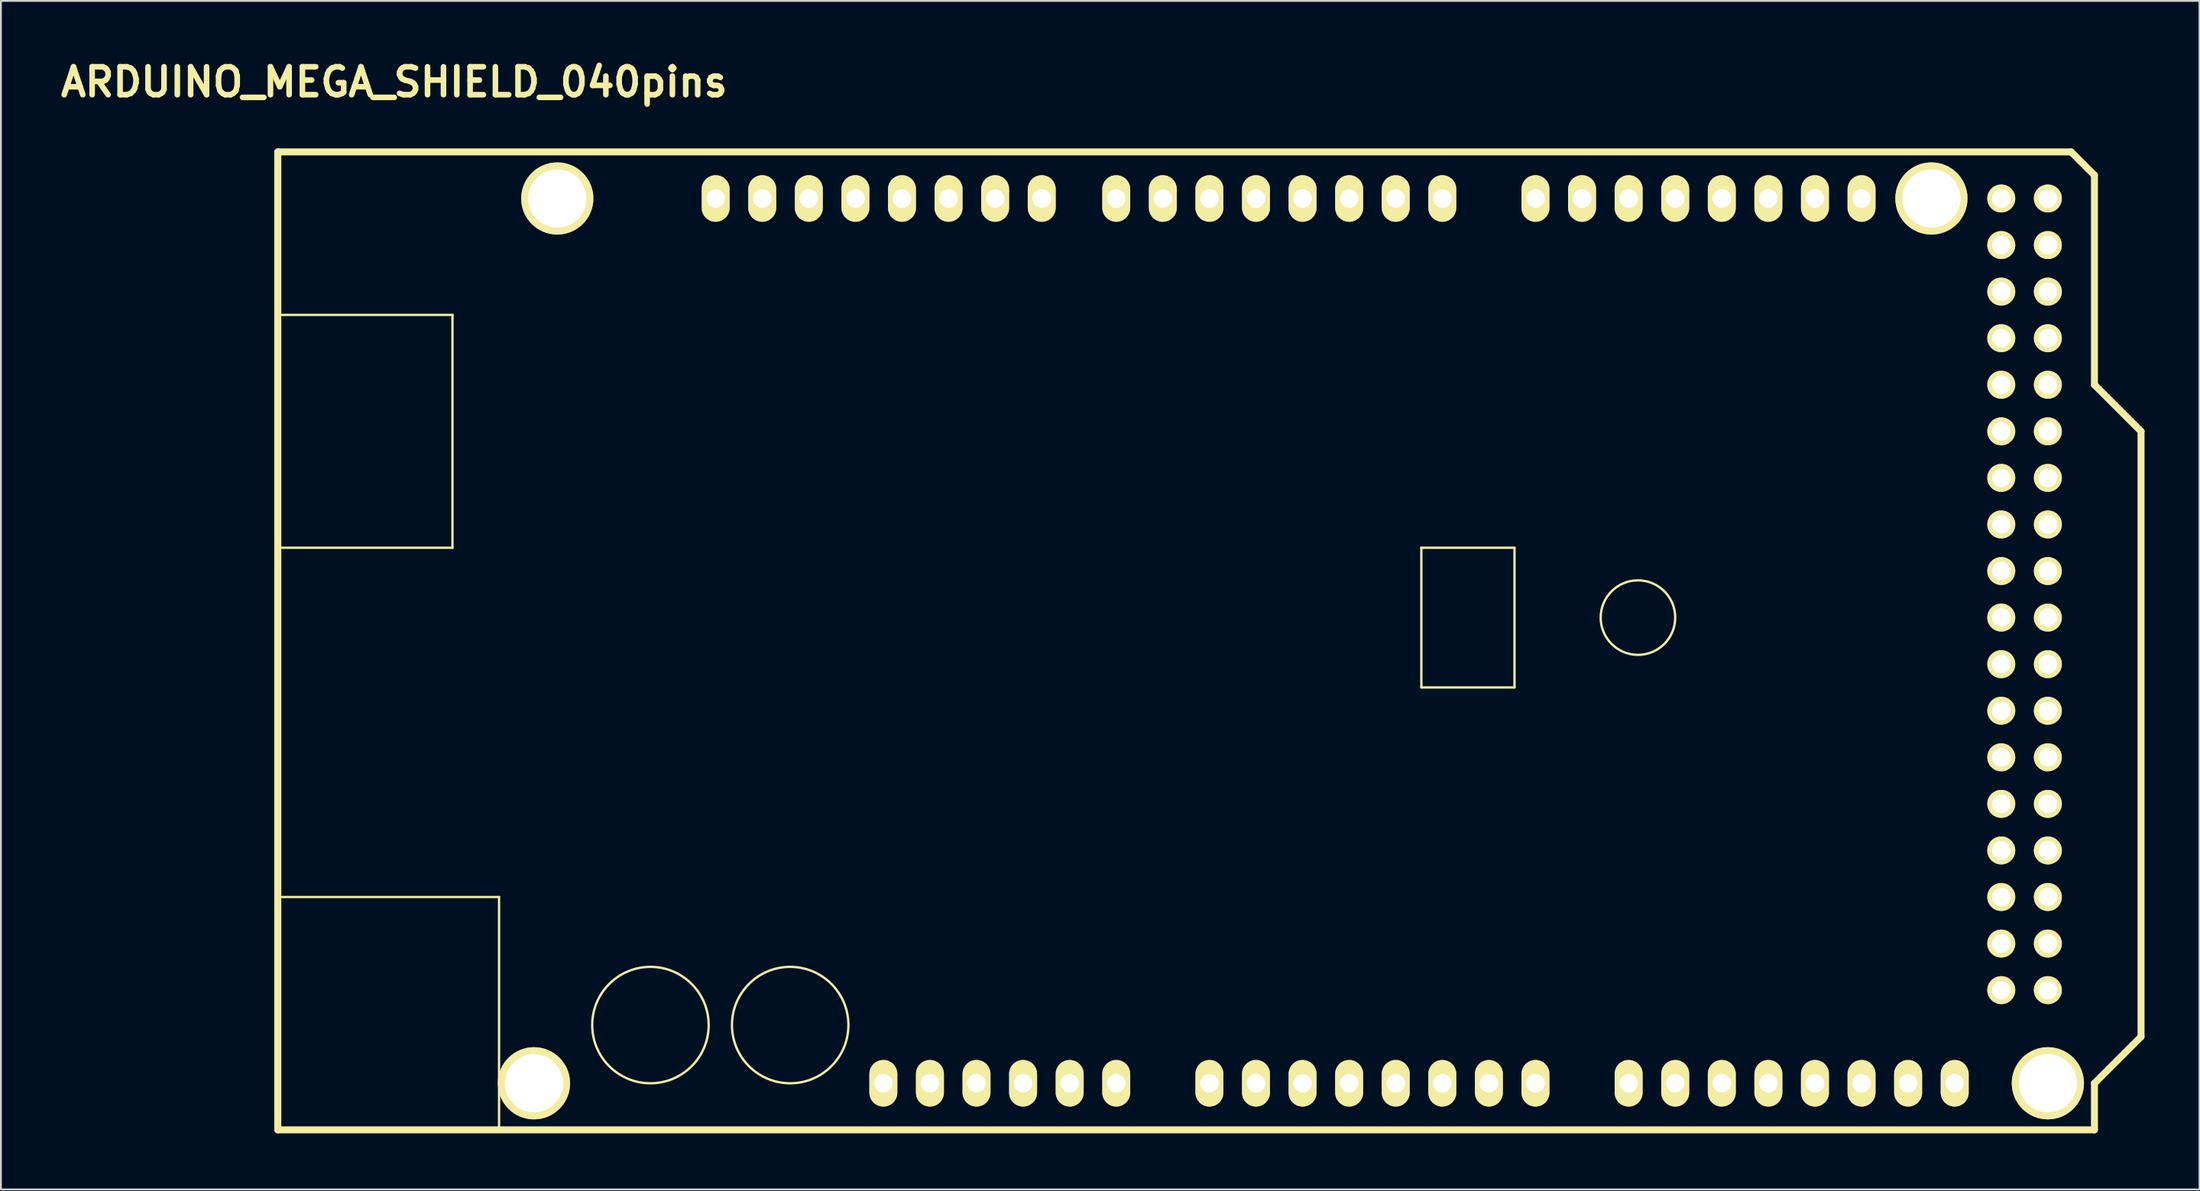
<source format=kicad_pcb>
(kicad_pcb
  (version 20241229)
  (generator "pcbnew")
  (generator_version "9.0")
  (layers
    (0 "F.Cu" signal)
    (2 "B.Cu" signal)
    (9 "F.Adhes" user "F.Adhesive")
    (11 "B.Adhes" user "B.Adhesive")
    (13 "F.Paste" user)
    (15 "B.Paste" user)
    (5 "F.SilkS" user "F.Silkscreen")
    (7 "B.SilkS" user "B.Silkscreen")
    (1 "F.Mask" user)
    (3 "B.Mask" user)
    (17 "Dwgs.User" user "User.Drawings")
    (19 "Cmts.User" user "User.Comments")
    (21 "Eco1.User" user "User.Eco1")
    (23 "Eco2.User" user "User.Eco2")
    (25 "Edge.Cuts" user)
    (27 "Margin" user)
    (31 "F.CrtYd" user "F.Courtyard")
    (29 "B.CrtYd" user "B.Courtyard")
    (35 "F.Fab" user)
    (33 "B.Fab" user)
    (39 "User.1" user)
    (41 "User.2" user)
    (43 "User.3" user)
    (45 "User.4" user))
  (footprint "ARDUINO_MEGA_SHIELD_040pins"
    (layer "F.Cu")
    (at 12.098 58.576)
    (property "Reference" "ARDUINO_MEGA_SHIELD_040pins" (at 6.35 -57.15 0) (layer "F.SilkS") (effects (font (size 1.524 1.524) (thickness 0.305))))
    (attr through_hole)
    (fp_line (start 0 -44.45) (end 9.525 -44.45) (stroke (width 0.127) (type solid)) (layer "F.SilkS"))
    (fp_line (start 0 -12.7) (end 12.065 -12.7) (stroke (width 0.127) (type solid)) (layer "F.SilkS"))
    (fp_line (start 0 0) (end 0 -53.34) (stroke (width 0.381) (type solid)) (layer "F.SilkS"))
    (fp_line (start 9.525 -44.45) (end 9.525 -31.75) (stroke (width 0.127) (type solid)) (layer "F.SilkS"))
    (fp_line (start 9.525 -31.75) (end 0 -31.75) (stroke (width 0.127) (type solid)) (layer "F.SilkS"))
    (fp_line (start 12.065 -12.7) (end 12.065 0) (stroke (width 0.127) (type solid)) (layer "F.SilkS"))
    (fp_line (start 62.357 -31.75) (end 62.357 -24.13) (stroke (width 0.127) (type solid)) (layer "F.SilkS"))
    (fp_line (start 62.357 -24.13) (end 67.437 -24.13) (stroke (width 0.127) (type solid)) (layer "F.SilkS"))
    (fp_line (start 67.437 -31.75) (end 62.357 -31.75) (stroke (width 0.127) (type solid)) (layer "F.SilkS"))
    (fp_line (start 67.437 -24.13) (end 67.437 -31.75) (stroke (width 0.127) (type solid)) (layer "F.SilkS"))
    (fp_line (start 97.79 -53.34) (end 0 -53.34) (stroke (width 0.381) (type solid)) (layer "F.SilkS"))
    (fp_line (start 99.06 -52.07) (end 97.79 -53.34) (stroke (width 0.381) (type solid)) (layer "F.SilkS"))
    (fp_line (start 99.06 -40.64) (end 99.06 -52.07) (stroke (width 0.381) (type solid)) (layer "F.SilkS"))
    (fp_line (start 99.06 -40.64) (end 101.6 -38.1) (stroke (width 0.381) (type solid)) (layer "F.SilkS"))
    (fp_line (start 99.06 -2.54) (end 99.06 0) (stroke (width 0.381) (type solid)) (layer "F.SilkS"))
    (fp_line (start 99.06 0) (end 0 0) (stroke (width 0.381) (type solid)) (layer "F.SilkS"))
    (fp_line (start 101.6 -38.1) (end 101.6 -5.08) (stroke (width 0.381) (type solid)) (layer "F.SilkS"))
    (fp_line (start 101.6 -5.08) (end 99.06 -2.54) (stroke (width 0.381) (type solid)) (layer "F.SilkS"))
    (fp_circle (center 20.32 -5.715) (end 23.495 -5.715) (stroke (width 0.127) (type solid)) (fill no) (layer "F.SilkS"))
    (fp_circle (center 27.94 -5.715) (end 31.115 -5.715) (stroke (width 0.127) (type solid)) (fill no) (layer "F.SilkS"))
    (fp_circle (center 74.168 -27.94) (end 76.2 -27.94) (stroke (width 0.127) (type solid)) (fill no) (layer "F.SilkS"))
    (pad "0" thru_hole oval (at 63.5 -50.8 90) (size 2.54 1.524) (drill 1.016) (layers "*.Cu" "*.Mask" "F.SilkS"))
    (pad "1" thru_hole oval (at 60.96 -50.8 90) (size 2.54 1.524) (drill 1.016) (layers "*.Cu" "*.Mask" "F.SilkS"))
    (pad "2" thru_hole oval (at 58.42 -50.8 90) (size 2.54 1.524) (drill 1.016) (layers "*.Cu" "*.Mask" "F.SilkS"))
    (pad "3" thru_hole oval (at 55.88 -50.8 90) (size 2.54 1.524) (drill 1.016) (layers "*.Cu" "*.Mask" "F.SilkS"))
    (pad "3V3" thru_hole oval (at 35.56 -2.54 90) (size 2.54 1.524) (drill 1.016) (layers "*.Cu" "*.Mask" "F.SilkS"))
    (pad "4" thru_hole oval (at 53.34 -50.8 90) (size 2.54 1.524) (drill 1.016) (layers "*.Cu" "*.Mask" "F.SilkS"))
    (pad "5" thru_hole oval (at 50.8 -50.8 90) (size 2.54 1.524) (drill 1.016) (layers "*.Cu" "*.Mask" "F.SilkS"))
    (pad "5V" thru_hole oval (at 38.1 -2.54 90) (size 2.54 1.524) (drill 1.016) (layers "*.Cu" "*.Mask" "F.SilkS"))
    (pad "5V_4" thru_hole circle (at 93.98 -50.8) (size 1.524 1.524) (drill 1.016) (layers "*.Cu" "*.Mask" "F.SilkS"))
    (pad "5V_5" thru_hole circle (at 96.52 -50.8) (size 1.524 1.524) (drill 1.016) (layers "*.Cu" "*.Mask" "F.SilkS"))
    (pad "6" thru_hole oval (at 48.26 -50.8 90) (size 2.54 1.524) (drill 1.016) (layers "*.Cu" "*.Mask" "F.SilkS"))
    (pad "7" thru_hole oval (at 45.72 -50.8 90) (size 2.54 1.524) (drill 1.016) (layers "*.Cu" "*.Mask" "F.SilkS"))
    (pad "8" thru_hole oval (at 41.656 -50.8 90) (size 2.54 1.524) (drill 1.016) (layers "*.Cu" "*.Mask" "F.SilkS"))
    (pad "9" thru_hole oval (at 39.116 -50.8 90) (size 2.54 1.524) (drill 1.016) (layers "*.Cu" "*.Mask" "F.SilkS"))
    (pad "10" thru_hole oval (at 36.576 -50.8 90) (size 2.54 1.524) (drill 1.016) (layers "*.Cu" "*.Mask" "F.SilkS"))
    (pad "11" thru_hole oval (at 34.036 -50.8 90) (size 2.54 1.524) (drill 1.016) (layers "*.Cu" "*.Mask" "F.SilkS"))
    (pad "12" thru_hole oval (at 31.496 -50.8 90) (size 2.54 1.524) (drill 1.016) (layers "*.Cu" "*.Mask" "F.SilkS"))
    (pad "13" thru_hole oval (at 28.956 -50.8 90) (size 2.54 1.524) (drill 1.016) (layers "*.Cu" "*.Mask" "F.SilkS"))
    (pad "14" thru_hole oval (at 68.58 -50.8 90) (size 2.54 1.524) (drill 1.016) (layers "*.Cu" "*.Mask" "F.SilkS"))
    (pad "15" thru_hole oval (at 71.12 -50.8 90) (size 2.54 1.524) (drill 1.016) (layers "*.Cu" "*.Mask" "F.SilkS"))
    (pad "16" thru_hole oval (at 73.66 -50.8 90) (size 2.54 1.524) (drill 1.016) (layers "*.Cu" "*.Mask" "F.SilkS"))
    (pad "17" thru_hole oval (at 76.2 -50.8 90) (size 2.54 1.524) (drill 1.016) (layers "*.Cu" "*.Mask" "F.SilkS"))
    (pad "18" thru_hole oval (at 78.74 -50.8 90) (size 2.54 1.524) (drill 1.016) (layers "*.Cu" "*.Mask" "F.SilkS"))
    (pad "19" thru_hole oval (at 81.28 -50.8 90) (size 2.54 1.524) (drill 1.016) (layers "*.Cu" "*.Mask" "F.SilkS"))
    (pad "20" thru_hole oval (at 83.82 -50.8 90) (size 2.54 1.524) (drill 1.016) (layers "*.Cu" "*.Mask" "F.SilkS"))
    (pad "21" thru_hole oval (at 86.36 -50.8 90) (size 2.54 1.524) (drill 1.016) (layers "*.Cu" "*.Mask" "F.SilkS"))
    (pad "22" thru_hole circle (at 93.98 -48.26) (size 1.524 1.524) (drill 1.016) (layers "*.Cu" "*.Mask" "F.SilkS"))
    (pad "23" thru_hole circle (at 96.52 -48.26) (size 1.524 1.524) (drill 1.016) (layers "*.Cu" "*.Mask" "F.SilkS"))
    (pad "24" thru_hole circle (at 93.98 -45.72) (size 1.524 1.524) (drill 1.016) (layers "*.Cu" "*.Mask" "F.SilkS"))
    (pad "25" thru_hole circle (at 96.52 -45.72) (size 1.524 1.524) (drill 1.016) (layers "*.Cu" "*.Mask" "F.SilkS"))
    (pad "26" thru_hole circle (at 93.98 -43.18) (size 1.524 1.524) (drill 1.016) (layers "*.Cu" "*.Mask" "F.SilkS"))
    (pad "27" thru_hole circle (at 96.52 -43.18) (size 1.524 1.524) (drill 1.016) (layers "*.Cu" "*.Mask" "F.SilkS"))
    (pad "28" thru_hole circle (at 93.98 -40.64) (size 1.524 1.524) (drill 1.016) (layers "*.Cu" "*.Mask" "F.SilkS"))
    (pad "29" thru_hole circle (at 96.52 -40.64) (size 1.524 1.524) (drill 1.016) (layers "*.Cu" "*.Mask" "F.SilkS"))
    (pad "30" thru_hole circle (at 93.98 -38.1) (size 1.524 1.524) (drill 1.016) (layers "*.Cu" "*.Mask" "F.SilkS"))
    (pad "31" thru_hole circle (at 96.52 -38.1) (size 1.524 1.524) (drill 1.016) (layers "*.Cu" "*.Mask" "F.SilkS"))
    (pad "32" thru_hole circle (at 93.98 -35.56) (size 1.524 1.524) (drill 1.016) (layers "*.Cu" "*.Mask" "F.SilkS"))
    (pad "33" thru_hole circle (at 96.52 -35.56) (size 1.524 1.524) (drill 1.016) (layers "*.Cu" "*.Mask" "F.SilkS"))
    (pad "34" thru_hole circle (at 93.98 -33.02) (size 1.524 1.524) (drill 1.016) (layers "*.Cu" "*.Mask" "F.SilkS"))
    (pad "35" thru_hole circle (at 96.52 -33.02) (size 1.524 1.524) (drill 1.016) (layers "*.Cu" "*.Mask" "F.SilkS"))
    (pad "36" thru_hole circle (at 93.98 -30.48) (size 1.524 1.524) (drill 1.016) (layers "*.Cu" "*.Mask" "F.SilkS"))
    (pad "37" thru_hole circle (at 96.52 -30.48) (size 1.524 1.524) (drill 1.016) (layers "*.Cu" "*.Mask" "F.SilkS"))
    (pad "38" thru_hole circle (at 93.98 -27.94) (size 1.524 1.524) (drill 1.016) (layers "*.Cu" "*.Mask" "F.SilkS"))
    (pad "39" thru_hole circle (at 96.52 -27.94) (size 1.524 1.524) (drill 1.016) (layers "*.Cu" "*.Mask" "F.SilkS"))
    (pad "40" thru_hole circle (at 93.98 -25.4) (size 1.524 1.524) (drill 1.016) (layers "*.Cu" "*.Mask" "F.SilkS"))
    (pad "41" thru_hole circle (at 96.52 -25.4) (size 1.524 1.524) (drill 1.016) (layers "*.Cu" "*.Mask" "F.SilkS"))
    (pad "42" thru_hole circle (at 93.98 -22.86) (size 1.524 1.524) (drill 1.016) (layers "*.Cu" "*.Mask" "F.SilkS"))
    (pad "43" thru_hole circle (at 96.52 -22.86) (size 1.524 1.524) (drill 1.016) (layers "*.Cu" "*.Mask" "F.SilkS"))
    (pad "44" thru_hole circle (at 93.98 -20.32) (size 1.524 1.524) (drill 1.016) (layers "*.Cu" "*.Mask" "F.SilkS"))
    (pad "45" thru_hole circle (at 96.52 -20.32) (size 1.524 1.524) (drill 1.016) (layers "*.Cu" "*.Mask" "F.SilkS"))
    (pad "46" thru_hole circle (at 93.98 -17.78) (size 1.524 1.524) (drill 1.016) (layers "*.Cu" "*.Mask" "F.SilkS"))
    (pad "47" thru_hole circle (at 96.52 -17.78) (size 1.524 1.524) (drill 1.016) (layers "*.Cu" "*.Mask" "F.SilkS"))
    (pad "48" thru_hole circle (at 93.98 -15.24) (size 1.524 1.524) (drill 1.016) (layers "*.Cu" "*.Mask" "F.SilkS"))
    (pad "49" thru_hole circle (at 96.52 -15.24) (size 1.524 1.524) (drill 1.016) (layers "*.Cu" "*.Mask" "F.SilkS"))
    (pad "50" thru_hole circle (at 93.98 -12.7) (size 1.524 1.524) (drill 1.016) (layers "*.Cu" "*.Mask" "F.SilkS"))
    (pad "51" thru_hole circle (at 96.52 -12.7) (size 1.524 1.524) (drill 1.016) (layers "*.Cu" "*.Mask" "F.SilkS"))
    (pad "52" thru_hole circle (at 93.98 -10.16) (size 1.524 1.524) (drill 1.016) (layers "*.Cu" "*.Mask" "F.SilkS"))
    (pad "53" thru_hole circle (at 96.52 -10.16) (size 1.524 1.524) (drill 1.016) (layers "*.Cu" "*.Mask" "F.SilkS"))
    (pad "AD0" thru_hole oval (at 50.8 -2.54 90) (size 2.54 1.524) (drill 1.016) (layers "*.Cu" "*.Mask" "F.SilkS"))
    (pad "AD1" thru_hole oval (at 53.34 -2.54 90) (size 2.54 1.524) (drill 1.016) (layers "*.Cu" "*.Mask" "F.SilkS"))
    (pad "AD2" thru_hole oval (at 55.88 -2.54 90) (size 2.54 1.524) (drill 1.016) (layers "*.Cu" "*.Mask" "F.SilkS"))
    (pad "AD3" thru_hole oval (at 58.42 -2.54 90) (size 2.54 1.524) (drill 1.016) (layers "*.Cu" "*.Mask" "F.SilkS"))
    (pad "AD4" thru_hole oval (at 60.96 -2.54 90) (size 2.54 1.524) (drill 1.016) (layers "*.Cu" "*.Mask" "F.SilkS"))
    (pad "AD5" thru_hole oval (at 63.5 -2.54 90) (size 2.54 1.524) (drill 1.016) (layers "*.Cu" "*.Mask" "F.SilkS"))
    (pad "AD6" thru_hole oval (at 66.04 -2.54 90) (size 2.54 1.524) (drill 1.016) (layers "*.Cu" "*.Mask" "F.SilkS"))
    (pad "AD7" thru_hole oval (at 68.58 -2.54 90) (size 2.54 1.524) (drill 1.016) (layers "*.Cu" "*.Mask" "F.SilkS"))
    (pad "AD8" thru_hole oval (at 73.66 -2.54 90) (size 2.54 1.524) (drill 1.016) (layers "*.Cu" "*.Mask" "F.SilkS"))
    (pad "AD9" thru_hole oval (at 76.2 -2.54 90) (size 2.54 1.524) (drill 1.016) (layers "*.Cu" "*.Mask" "F.SilkS"))
    (pad "AD10" thru_hole oval (at 78.74 -2.54 90) (size 2.54 1.524) (drill 1.016) (layers "*.Cu" "*.Mask" "F.SilkS"))
    (pad "AD11" thru_hole oval (at 81.28 -2.54 90) (size 2.54 1.524) (drill 1.016) (layers "*.Cu" "*.Mask" "F.SilkS"))
    (pad "AD12" thru_hole oval (at 83.82 -2.54 90) (size 2.54 1.524) (drill 1.016) (layers "*.Cu" "*.Mask" "F.SilkS"))
    (pad "AD13" thru_hole oval (at 86.36 -2.54 90) (size 2.54 1.524) (drill 1.016) (layers "*.Cu" "*.Mask" "F.SilkS"))
    (pad "AD14" thru_hole oval (at 88.9 -2.54 90) (size 2.54 1.524) (drill 1.016) (layers "*.Cu" "*.Mask" "F.SilkS"))
    (pad "AD15" thru_hole oval (at 91.44 -2.54 90) (size 2.54 1.524) (drill 1.016) (layers "*.Cu" "*.Mask" "F.SilkS"))
    (pad "AREF" thru_hole oval (at 23.876 -50.8 90) (size 2.54 1.524) (drill 1.016) (layers "*.Cu" "*.Mask" "F.SilkS"))
    (pad "GND1" thru_hole oval (at 40.64 -2.54 90) (size 2.54 1.524) (drill 1.016) (layers "*.Cu" "*.Mask" "F.SilkS"))
    (pad "GND2" thru_hole oval (at 43.18 -2.54 90) (size 2.54 1.524) (drill 1.016) (layers "*.Cu" "*.Mask" "F.SilkS"))
    (pad "GND3" thru_hole oval (at 26.416 -50.8 90) (size 2.54 1.524) (drill 1.016) (layers "*.Cu" "*.Mask" "F.SilkS"))
    (pad "GND4" thru_hole circle (at 93.98 -7.62) (size 1.524 1.524) (drill 1.016) (layers "*.Cu" "*.Mask" "F.SilkS"))
    (pad "GND5" thru_hole circle (at 96.52 -7.62) (size 1.524 1.524) (drill 1.016) (layers "*.Cu" "*.Mask" "F.SilkS"))
    (pad "H1" thru_hole circle (at 15.24 -50.8 90) (size 3.937 3.937) (drill 3.175) (layers "*.Cu" "*.Mask" "F.SilkS"))
    (pad "H2" thru_hole circle (at 90.17 -50.8 90) (size 3.937 3.937) (drill 3.175) (layers "*.Cu" "*.Mask" "F.SilkS"))
    (pad "H3" thru_hole circle (at 13.97 -2.54 90) (size 3.937 3.937) (drill 3.175) (layers "*.Cu" "*.Mask" "F.SilkS"))
    (pad "H4" thru_hole circle (at 96.52 -2.54 90) (size 3.937 3.937) (drill 3.175) (layers "*.Cu" "*.Mask" "F.SilkS"))
    (pad "RST" thru_hole oval (at 33.02 -2.54 90) (size 2.54 1.524) (drill 1.016) (layers "*.Cu" "*.Mask" "F.SilkS"))
    (pad "V_IN" thru_hole oval (at 45.72 -2.54 90) (size 2.54 1.524) (drill 1.016) (layers "*.Cu" "*.Mask" "F.SilkS")))
  (gr_rect
    (start -3 -3)
    (end 116.888 61.826)
    (stroke (width 0.1) (type default))
    (fill no)
    (layer "Edge.Cuts")))
</source>
